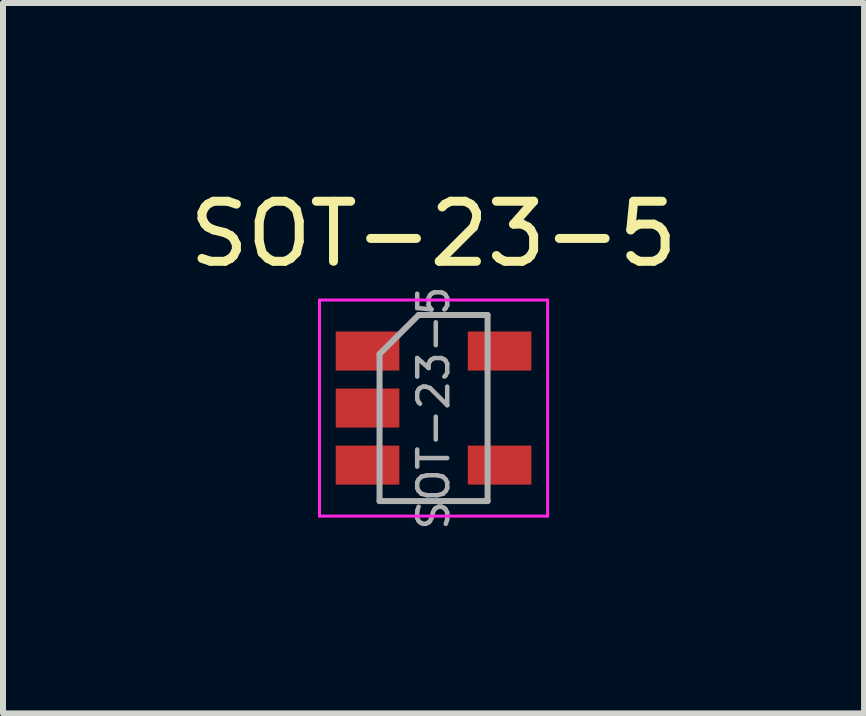
<source format=kicad_pcb>
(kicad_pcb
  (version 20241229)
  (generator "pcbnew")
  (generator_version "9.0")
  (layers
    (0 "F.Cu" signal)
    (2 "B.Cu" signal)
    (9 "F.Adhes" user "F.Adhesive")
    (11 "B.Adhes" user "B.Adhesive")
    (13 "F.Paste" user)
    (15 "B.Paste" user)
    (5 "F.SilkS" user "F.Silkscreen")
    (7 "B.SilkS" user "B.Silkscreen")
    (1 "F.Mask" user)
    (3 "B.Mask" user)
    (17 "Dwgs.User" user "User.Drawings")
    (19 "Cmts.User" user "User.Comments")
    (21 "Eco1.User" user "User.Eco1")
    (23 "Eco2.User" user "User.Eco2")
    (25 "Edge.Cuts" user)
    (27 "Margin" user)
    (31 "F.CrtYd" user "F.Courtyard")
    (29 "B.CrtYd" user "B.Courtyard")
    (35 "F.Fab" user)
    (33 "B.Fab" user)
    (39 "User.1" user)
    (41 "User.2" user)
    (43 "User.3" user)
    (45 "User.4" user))
  (footprint "SOT-23-5"
    (layer "F.Cu")
    (at 4.173 3.748)
    (property "Reference" "SOT-23-5" (at 0 -2.9 0) (layer "F.SilkS") (effects (font (size 1 1) (thickness 0.15))))
    (attr smd)
    (fp_line (start -1.9 -1.8) (end 1.9 -1.8) (stroke (width 0.05) (type solid)) (layer "F.CrtYd"))
    (fp_line (start -1.9 1.8) (end -1.9 -1.8) (stroke (width 0.05) (type solid)) (layer "F.CrtYd"))
    (fp_line (start 1.9 -1.8) (end 1.9 1.8) (stroke (width 0.05) (type solid)) (layer "F.CrtYd"))
    (fp_line (start 1.9 1.8) (end -1.9 1.8) (stroke (width 0.05) (type solid)) (layer "F.CrtYd"))
    (fp_line (start -0.9 -0.9) (end -0.9 1.55) (stroke (width 0.1) (type solid)) (layer "F.Fab"))
    (fp_line (start -0.9 -0.9) (end -0.25 -1.55) (stroke (width 0.1) (type solid)) (layer "F.Fab"))
    (fp_line (start 0.9 -1.55) (end -0.25 -1.55) (stroke (width 0.1) (type solid)) (layer "F.Fab"))
    (fp_line (start 0.9 -1.55) (end 0.9 1.55) (stroke (width 0.1) (type solid)) (layer "F.Fab"))
    (fp_line (start 0.9 1.55) (end -0.9 1.55) (stroke (width 0.1) (type solid)) (layer "F.Fab"))
    (fp_text user "${REFERENCE}" (at 0 0 90) (layer "F.Fab") (effects (font (size 0.5 0.5) (thickness 0.075))))
    (pad "1" smd rect (at -1.1 -0.95) (size 1.06 0.65) (layers "F.Cu" "F.Mask" "F.Paste"))
    (pad "2" smd rect (at -1.1 0) (size 1.06 0.65) (layers "F.Cu" "F.Mask" "F.Paste"))
    (pad "3" smd rect (at -1.1 0.95) (size 1.06 0.65) (layers "F.Cu" "F.Mask" "F.Paste"))
    (pad "4" smd rect (at 1.1 0.95) (size 1.06 0.65) (layers "F.Cu" "F.Mask" "F.Paste"))
    (pad "5" smd rect (at 1.1 -0.95) (size 1.06 0.65) (layers "F.Cu" "F.Mask" "F.Paste")))
  (gr_rect
    (start -3 -3)
    (end 11.345 8.835)
    (stroke (width 0.1) (type default))
    (fill no)
    (layer "Edge.Cuts")))
</source>
